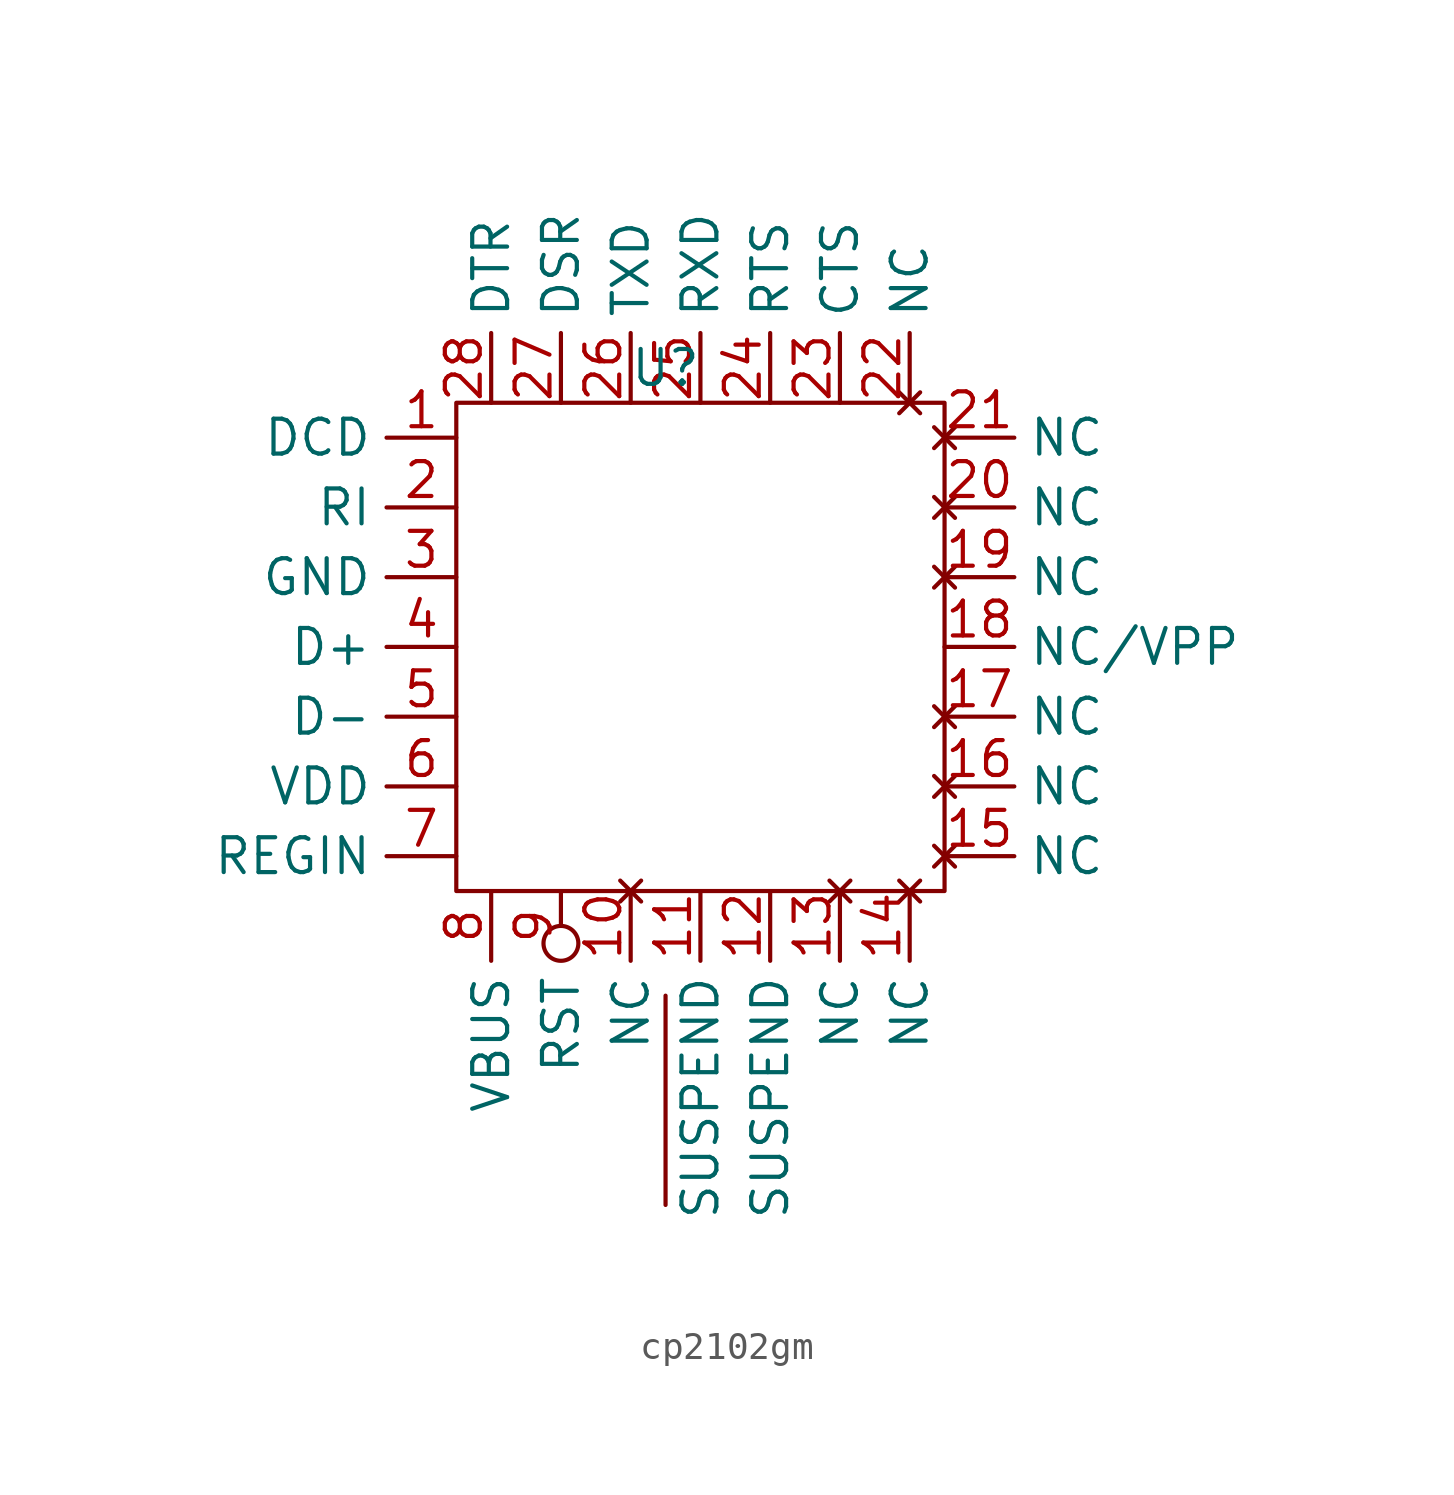
<source format=kicad_sym>
(kicad_symbol_lib
  (version 20220914)
  (generator kicad_symbol_editor)
  (symbol "cp2102gm"
    (property "Reference" "U"
      (at 0 7.62 0)
      (effects (font (size 1.27 1.27))))
    (property "Value" ""
      (at 0 0 0)
      (effects (font (size 1.27 1.27))))
    (symbol "cp2102gm_0_1"
      (rectangle (start -7.62 6.35) (end 10.16 -11.43) (stroke (width 0) (type default)) (fill (type none)))
      (polyline (pts (xy 0 -22.86) (xy 0 -15.24)) (stroke (width 0) (type default)) (fill (type none))))
    (symbol "cp2102gm_1_1"
      (pin input line (at -7.62 5.08 180) (length 2.54) (name "DCD" (effects (font (size 1.27 1.27)))) (number "1" (effects (font (size 1.27 1.27)))))
      (pin no_connect line (at -1.27 -11.43 270) (length 2.54) (name "NC" (effects (font (size 1.27 1.27)))) (number "10" (effects (font (size 1.27 1.27)))))
      (pin input line (at 1.27 -11.43 270) (length 2.54) (name "SUSPEND" (effects (font (size 1.27 1.27)))) (number "11" (effects (font (size 1.27 1.27)))))
      (pin input line (at 3.81 -11.43 270) (length 2.54) (name "SUSPEND" (effects (font (size 1.27 1.27)))) (number "12" (effects (font (size 1.27 1.27)))))
      (pin no_connect line (at 6.35 -11.43 270) (length 2.54) (name "NC" (effects (font (size 1.27 1.27)))) (number "13" (effects (font (size 1.27 1.27)))))
      (pin no_connect line (at 8.89 -11.43 270) (length 2.54) (name "NC" (effects (font (size 1.27 1.27)))) (number "14" (effects (font (size 1.27 1.27)))))
      (pin no_connect line (at 10.16 -10.16 0) (length 2.54) (name "NC" (effects (font (size 1.27 1.27)))) (number "15" (effects (font (size 1.27 1.27)))))
      (pin no_connect line (at 10.16 -7.62 0) (length 2.54) (name "NC" (effects (font (size 1.27 1.27)))) (number "16" (effects (font (size 1.27 1.27)))))
      (pin no_connect line (at 10.16 -5.08 0) (length 2.54) (name "NC" (effects (font (size 1.27 1.27)))) (number "17" (effects (font (size 1.27 1.27)))))
      (pin input line (at 10.16 -2.54 0) (length 2.54) (name "NC/VPP" (effects (font (size 1.27 1.27)))) (number "18" (effects (font (size 1.27 1.27)))))
      (pin no_connect line (at 10.16 0 0) (length 2.54) (name "NC" (effects (font (size 1.27 1.27)))) (number "19" (effects (font (size 1.27 1.27)))))
      (pin input line (at -7.62 2.54 180) (length 2.54) (name "RI" (effects (font (size 1.27 1.27)))) (number "2" (effects (font (size 1.27 1.27)))))
      (pin no_connect line (at 10.16 2.54 0) (length 2.54) (name "NC" (effects (font (size 1.27 1.27)))) (number "20" (effects (font (size 1.27 1.27)))))
      (pin no_connect line (at 10.16 5.08 0) (length 2.54) (name "NC" (effects (font (size 1.27 1.27)))) (number "21" (effects (font (size 1.27 1.27)))))
      (pin no_connect line (at 8.89 6.35 90) (length 2.54) (name "NC" (effects (font (size 1.27 1.27)))) (number "22" (effects (font (size 1.27 1.27)))))
      (pin input line (at 6.35 6.35 90) (length 2.54) (name "CTS" (effects (font (size 1.27 1.27)))) (number "23" (effects (font (size 1.27 1.27)))))
      (pin input line (at 3.81 6.35 90) (length 2.54) (name "RTS" (effects (font (size 1.27 1.27)))) (number "24" (effects (font (size 1.27 1.27)))))
      (pin input line (at 1.27 6.35 90) (length 2.54) (name "RXD" (effects (font (size 1.27 1.27)))) (number "25" (effects (font (size 1.27 1.27)))))
      (pin input line (at -1.27 6.35 90) (length 2.54) (name "TXD" (effects (font (size 1.27 1.27)))) (number "26" (effects (font (size 1.27 1.27)))))
      (pin input line (at -3.81 6.35 90) (length 2.54) (name "DSR" (effects (font (size 1.27 1.27)))) (number "27" (effects (font (size 1.27 1.27)))))
      (pin input line (at -6.35 6.35 90) (length 2.54) (name "DTR" (effects (font (size 1.27 1.27)))) (number "28" (effects (font (size 1.27 1.27)))))
      (pin power_out line (at -7.62 0 180) (length 2.54) (name "GND" (effects (font (size 1.27 1.27)))) (number "3" (effects (font (size 1.27 1.27)))))
      (pin bidirectional line (at -7.62 -2.54 180) (length 2.54) (name "D+" (effects (font (size 1.27 1.27)))) (number "4" (effects (font (size 1.27 1.27)))))
      (pin bidirectional line (at -7.62 -5.08 180) (length 2.54) (name "D-" (effects (font (size 1.27 1.27)))) (number "5" (effects (font (size 1.27 1.27)))))
      (pin power_in line (at -7.62 -7.62 180) (length 2.54) (name "VDD" (effects (font (size 1.27 1.27)))) (number "6" (effects (font (size 1.27 1.27)))))
      (pin power_in line (at -7.62 -10.16 180) (length 2.54) (name "REGIN" (effects (font (size 1.27 1.27)))) (number "7" (effects (font (size 1.27 1.27)))))
      (pin power_in line (at -6.35 -11.43 270) (length 2.54) (name "VBUS" (effects (font (size 1.27 1.27)))) (number "8" (effects (font (size 1.27 1.27)))))
      (pin power_in inverted (at -3.81 -11.43 270) (length 2.54) (name "RST" (effects (font (size 1.27 1.27)))) (number "9" (effects (font (size 1.27 1.27))))))))
</source>
